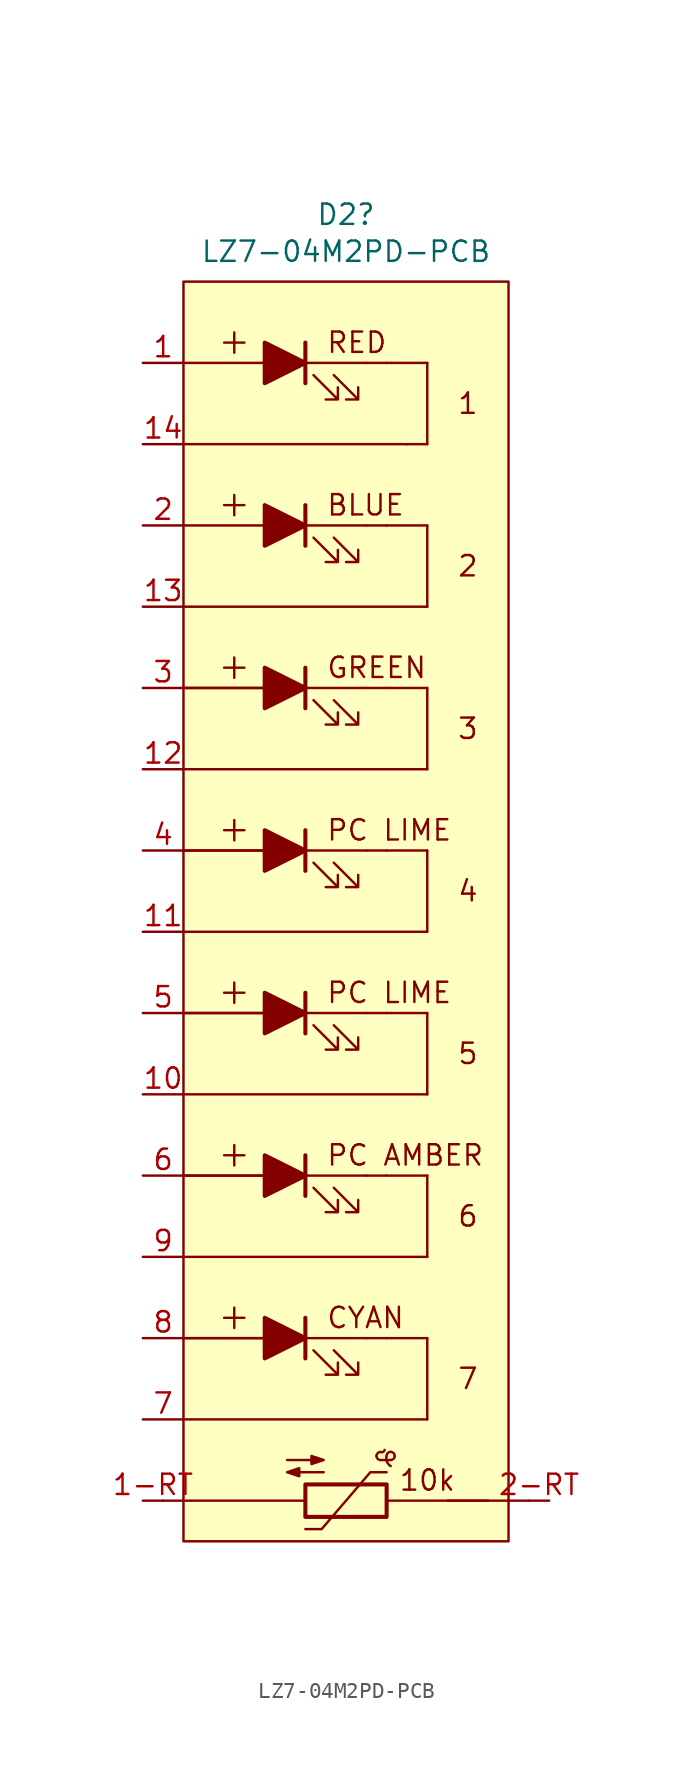
<source format=kicad_sym>
(kicad_symbol_lib
  (version 20211014)
  (generator kicad_symbol_editor)
  (symbol "LZ7-04M2PD-PCB"
    (pin_names
      (offset 1.016) hide)
    (property "Reference" "D2"
      (at 0 42.291 0)
      (effects (font (size 1.27 1.27))))
    (property "Value" "LZ7-04M2PD-PCB"
      (at 0 39.98 0)
      (effects (font (size 1.27 1.27))))
    (symbol "LZ7-04M2PD-PCB_0_0"
      (rectangle (start 1.27 33.02) (end -2.54 33.02) (stroke (width 0) (type default) (color 0 0 0 0)) (fill (type none)))
      (text "1" (at 7.62 30.48 0) (effects (font (size 1.27 1.27))))
      (text "10k" (at 5.08 -36.83 0) (effects (font (size 1.27 1.27))))
      (text "2" (at 7.62 20.32 0) (effects (font (size 1.27 1.27))))
      (text "3" (at 7.62 10.16 0) (effects (font (size 1.27 1.27))))
      (text "4" (at 7.62 0 0) (effects (font (size 1.27 1.27))))
      (text "5" (at 7.62 -10.16 0) (effects (font (size 1.27 1.27))))
      (text "6" (at 7.62 -20.32 0) (effects (font (size 1.27 1.27))))
      (text "7" (at 7.62 -30.48 0) (effects (font (size 1.27 1.27)))))
    (symbol "LZ7-04M2PD-PCB_0_1"
      (rectangle (start -11.43 -38.1) (end -2.54 -38.1) (stroke (width 0) (type default) (color 0 0 0 0)) (fill (type none)))
      (rectangle (start -10.16 27.94) (end 3.81 27.94) (stroke (width 0) (type default) (color 0 0 0 0)) (fill (type none)))
      (rectangle (start -7.62 34.29) (end -6.35 34.29) (stroke (width 0) (type default) (color 0 0 0 0)) (fill (type none)))
      (rectangle (start -6.985 33.655) (end -6.985 34.925) (stroke (width 0) (type default) (color 0 0 0 0)) (fill (type none)))
      (polyline (pts (xy -2.54 31.75) (xy -2.54 34.29)) (stroke (width 0.254) (type default) (color 0 0 0 0)) (fill (type none)))
      (polyline (pts (xy -2.54 33.02) (xy -5.08 33.02)) (stroke (width 0) (type default) (color 0 0 0 0)) (fill (type none)))
      (polyline (pts (xy -5.08 31.75) (xy -5.08 34.29) (xy -2.54 33.02) (xy -5.08 31.75)) (stroke (width 0.254) (type default) (color 0 0 0 0)) (fill (type outline)))
      (polyline (pts (xy -2.032 32.258) (xy -0.508 30.734) (xy -1.27 30.734) (xy -0.508 30.734) (xy -0.508 31.496)) (stroke (width 0) (type default) (color 0 0 0 0)) (fill (type none)))
      (polyline (pts (xy -0.762 32.258) (xy 0.762 30.734) (xy 0 30.734) (xy 0.762 30.734) (xy 0.762 31.496)) (stroke (width 0) (type default) (color 0 0 0 0)) (fill (type none)))
      (rectangle (start 1.27 -27.94) (end 2.54 -27.94) (stroke (width 0) (type default) (color 0 0 0 0)) (fill (type none)))
      (rectangle (start 1.27 -7.62) (end 2.54 -7.62) (stroke (width 0) (type default) (color 0 0 0 0)) (fill (type none)))
      (rectangle (start 1.27 12.7) (end 2.54 12.7) (stroke (width 0) (type default) (color 0 0 0 0)) (fill (type none)))
      (rectangle (start 1.27 33.02) (end 2.54 33.02) (stroke (width 0) (type default) (color 0 0 0 0)) (fill (type none)))
      (rectangle (start 2.54 -38.1) (end 8.89 -38.1) (stroke (width 0) (type default) (color 0 0 0 0)) (fill (type none)))
      (rectangle (start 2.54 -17.78) (end 1.27 -17.78) (stroke (width 0) (type default) (color 0 0 0 0)) (fill (type none)))
      (rectangle (start 2.54 2.54) (end 1.27 2.54) (stroke (width 0) (type default) (color 0 0 0 0)) (fill (type none)))
      (rectangle (start 2.54 22.86) (end 1.27 22.86) (stroke (width 0) (type default) (color 0 0 0 0)) (fill (type none)))
      (rectangle (start 2.54 33.02) (end 5.08 33.02) (stroke (width 0) (type default) (color 0 0 0 0)) (fill (type none)))
      (rectangle (start 3.81 27.94) (end 5.08 27.94) (stroke (width 0) (type default) (color 0 0 0 0)) (fill (type none)))
      (rectangle (start 5.08 33.02) (end 5.08 27.94) (stroke (width 0) (type default) (color 0 0 0 0)) (fill (type none)))
      (rectangle (start 10.16 38.1) (end -10.16 -40.64) (stroke (width 0) (type default) (color 0 0 0 0)) (fill (type background)))
      (rectangle (start 11.43 -38.1) (end 6.35 -38.1) (stroke (width 0) (type default) (color 0 0 0 0)) (fill (type none))))
    (symbol "LZ7-04M2PD-PCB_1_1"
      (rectangle (start -10.16 -33.02) (end 5.08 -33.02) (stroke (width 0) (type default) (color 0 0 0 0)) (fill (type none)))
      (rectangle (start -10.16 -27.94) (end -5.08 -27.94) (stroke (width 0) (type default) (color 0 0 0 0)) (fill (type none)))
      (rectangle (start -10.16 -27.94) (end -3.81 -27.94) (stroke (width 0) (type default) (color 0 0 0 0)) (fill (type none)))
      (rectangle (start -10.16 -22.86) (end 5.08 -22.86) (stroke (width 0) (type default) (color 0 0 0 0)) (fill (type none)))
      (rectangle (start -10.16 -17.78) (end -5.08 -17.78) (stroke (width 0) (type default) (color 0 0 0 0)) (fill (type none)))
      (rectangle (start -10.16 -17.78) (end -5.08 -17.78) (stroke (width 0) (type default) (color 0 0 0 0)) (fill (type none)))
      (rectangle (start -10.16 -12.7) (end 5.08 -12.7) (stroke (width 0) (type default) (color 0 0 0 0)) (fill (type none)))
      (rectangle (start -10.16 -7.62) (end -5.08 -7.62) (stroke (width 0) (type default) (color 0 0 0 0)) (fill (type none)))
      (rectangle (start -10.16 -2.54) (end 5.08 -2.54) (stroke (width 0) (type default) (color 0 0 0 0)) (fill (type none)))
      (rectangle (start -10.16 2.54) (end -5.08 2.54) (stroke (width 0) (type default) (color 0 0 0 0)) (fill (type none)))
      (rectangle (start -10.16 2.54) (end -5.08 2.54) (stroke (width 0) (type default) (color 0 0 0 0)) (fill (type none)))
      (rectangle (start -10.16 7.62) (end 5.08 7.62) (stroke (width 0) (type default) (color 0 0 0 0)) (fill (type none)))
      (rectangle (start -10.16 12.7) (end -5.08 12.7) (stroke (width 0) (type default) (color 0 0 0 0)) (fill (type none)))
      (rectangle (start -10.16 12.7) (end -5.08 12.7) (stroke (width 0) (type default) (color 0 0 0 0)) (fill (type none)))
      (rectangle (start -10.16 17.78) (end 5.08 17.78) (stroke (width 0) (type default) (color 0 0 0 0)) (fill (type none)))
      (rectangle (start -10.16 22.86) (end -5.08 22.86) (stroke (width 0) (type default) (color 0 0 0 0)) (fill (type none)))
      (rectangle (start -10.16 33.02) (end -5.08 33.02) (stroke (width 0) (type default) (color 0 0 0 0)) (fill (type none)))
      (rectangle (start -7.62 -26.67) (end -6.35 -26.67) (stroke (width 0) (type default) (color 0 0 0 0)) (fill (type none)))
      (rectangle (start -7.62 -16.51) (end -6.35 -16.51) (stroke (width 0) (type default) (color 0 0 0 0)) (fill (type none)))
      (rectangle (start -7.62 -6.35) (end -6.35 -6.35) (stroke (width 0) (type default) (color 0 0 0 0)) (fill (type none)))
      (rectangle (start -7.62 3.81) (end -6.35 3.81) (stroke (width 0) (type default) (color 0 0 0 0)) (fill (type none)))
      (rectangle (start -7.62 13.97) (end -6.35 13.97) (stroke (width 0) (type default) (color 0 0 0 0)) (fill (type none)))
      (rectangle (start -7.62 24.13) (end -6.35 24.13) (stroke (width 0) (type default) (color 0 0 0 0)) (fill (type none)))
      (rectangle (start -6.985 -27.305) (end -6.985 -26.035) (stroke (width 0) (type default) (color 0 0 0 0)) (fill (type none)))
      (rectangle (start -6.985 -17.145) (end -6.985 -15.875) (stroke (width 0) (type default) (color 0 0 0 0)) (fill (type none)))
      (rectangle (start -6.985 -6.985) (end -6.985 -5.715) (stroke (width 0) (type default) (color 0 0 0 0)) (fill (type none)))
      (rectangle (start -6.985 3.175) (end -6.985 4.445) (stroke (width 0) (type default) (color 0 0 0 0)) (fill (type none)))
      (rectangle (start -6.985 13.335) (end -6.985 14.605) (stroke (width 0) (type default) (color 0 0 0 0)) (fill (type none)))
      (rectangle (start -6.985 23.495) (end -6.985 24.765) (stroke (width 0) (type default) (color 0 0 0 0)) (fill (type none)))
      (rectangle (start -5.08 -7.62) (end -10.16 -7.62) (stroke (width 0) (type default) (color 0 0 0 0)) (fill (type none)))
      (polyline (pts (xy -2.54 -29.21) (xy -2.54 -26.67)) (stroke (width 0.254) (type default) (color 0 0 0 0)) (fill (type none)))
      (polyline (pts (xy -2.54 -27.94) (xy -5.08 -27.94)) (stroke (width 0) (type default) (color 0 0 0 0)) (fill (type none)))
      (polyline (pts (xy -2.54 -19.05) (xy -2.54 -16.51)) (stroke (width 0.254) (type default) (color 0 0 0 0)) (fill (type none)))
      (polyline (pts (xy -2.54 -17.78) (xy -5.08 -17.78)) (stroke (width 0) (type default) (color 0 0 0 0)) (fill (type none)))
      (polyline (pts (xy -2.54 -8.89) (xy -2.54 -6.35)) (stroke (width 0.254) (type default) (color 0 0 0 0)) (fill (type none)))
      (polyline (pts (xy -2.54 -7.62) (xy -5.08 -7.62)) (stroke (width 0) (type default) (color 0 0 0 0)) (fill (type none)))
      (polyline (pts (xy -2.54 1.27) (xy -2.54 3.81)) (stroke (width 0.254) (type default) (color 0 0 0 0)) (fill (type none)))
      (polyline (pts (xy -2.54 2.54) (xy -5.08 2.54)) (stroke (width 0) (type default) (color 0 0 0 0)) (fill (type none)))
      (polyline (pts (xy -2.54 11.43) (xy -2.54 13.97)) (stroke (width 0.254) (type default) (color 0 0 0 0)) (fill (type none)))
      (polyline (pts (xy -2.54 12.7) (xy -5.08 12.7)) (stroke (width 0) (type default) (color 0 0 0 0)) (fill (type none)))
      (polyline (pts (xy -2.54 21.59) (xy -2.54 24.13)) (stroke (width 0.254) (type default) (color 0 0 0 0)) (fill (type none)))
      (polyline (pts (xy -2.54 22.86) (xy -5.08 22.86)) (stroke (width 0) (type default) (color 0 0 0 0)) (fill (type none)))
      (polyline (pts (xy 2.159 -35.56) (xy 2.794 -35.56)) (stroke (width 0) (type default) (color 0 0 0 0)) (fill (type none)))
      (polyline (pts (xy -5.08 -29.21) (xy -5.08 -26.67) (xy -2.54 -27.94) (xy -5.08 -29.21)) (stroke (width 0.254) (type default) (color 0 0 0 0)) (fill (type outline)))
      (polyline (pts (xy -5.08 -19.05) (xy -5.08 -16.51) (xy -2.54 -17.78) (xy -5.08 -19.05)) (stroke (width 0.254) (type default) (color 0 0 0 0)) (fill (type outline)))
      (polyline (pts (xy -5.08 -8.89) (xy -5.08 -6.35) (xy -2.54 -7.62) (xy -5.08 -8.89)) (stroke (width 0.254) (type default) (color 0 0 0 0)) (fill (type outline)))
      (polyline (pts (xy -5.08 1.27) (xy -5.08 3.81) (xy -2.54 2.54) (xy -5.08 1.27)) (stroke (width 0.254) (type default) (color 0 0 0 0)) (fill (type outline)))
      (polyline (pts (xy -5.08 11.43) (xy -5.08 13.97) (xy -2.54 12.7) (xy -5.08 11.43)) (stroke (width 0.254) (type default) (color 0 0 0 0)) (fill (type outline)))
      (polyline (pts (xy -5.08 21.59) (xy -5.08 24.13) (xy -2.54 22.86) (xy -5.08 21.59)) (stroke (width 0.254) (type default) (color 0 0 0 0)) (fill (type outline)))
      (polyline (pts (xy 2.54 -36.322) (xy 1.524 -36.322) (xy -1.524 -39.878) (xy -2.54 -39.878)) (stroke (width 0) (type default) (color 0 0 0 0)) (fill (type none)))
      (polyline (pts (xy -2.032 -28.702) (xy -0.508 -30.226) (xy -1.27 -30.226) (xy -0.508 -30.226) (xy -0.508 -29.464)) (stroke (width 0) (type default) (color 0 0 0 0)) (fill (type none)))
      (polyline (pts (xy -2.032 -18.542) (xy -0.508 -20.066) (xy -1.27 -20.066) (xy -0.508 -20.066) (xy -0.508 -19.304)) (stroke (width 0) (type default) (color 0 0 0 0)) (fill (type none)))
      (polyline (pts (xy -2.032 -8.382) (xy -0.508 -9.906) (xy -1.27 -9.906) (xy -0.508 -9.906) (xy -0.508 -9.144)) (stroke (width 0) (type default) (color 0 0 0 0)) (fill (type none)))
      (polyline (pts (xy -2.032 1.778) (xy -0.508 0.254) (xy -1.27 0.254) (xy -0.508 0.254) (xy -0.508 1.016)) (stroke (width 0) (type default) (color 0 0 0 0)) (fill (type none)))
      (polyline (pts (xy -2.032 11.938) (xy -0.508 10.414) (xy -1.27 10.414) (xy -0.508 10.414) (xy -0.508 11.176)) (stroke (width 0) (type default) (color 0 0 0 0)) (fill (type none)))
      (polyline (pts (xy -2.032 22.098) (xy -0.508 20.574) (xy -1.27 20.574) (xy -0.508 20.574) (xy -0.508 21.336)) (stroke (width 0) (type default) (color 0 0 0 0)) (fill (type none)))
      (polyline (pts (xy -0.762 -28.702) (xy 0.762 -30.226) (xy 0 -30.226) (xy 0.762 -30.226) (xy 0.762 -29.464)) (stroke (width 0) (type default) (color 0 0 0 0)) (fill (type none)))
      (polyline (pts (xy -0.762 -18.542) (xy 0.762 -20.066) (xy 0 -20.066) (xy 0.762 -20.066) (xy 0.762 -19.304)) (stroke (width 0) (type default) (color 0 0 0 0)) (fill (type none)))
      (polyline (pts (xy -0.762 -8.382) (xy 0.762 -9.906) (xy 0 -9.906) (xy 0.762 -9.906) (xy 0.762 -9.144)) (stroke (width 0) (type default) (color 0 0 0 0)) (fill (type none)))
      (polyline (pts (xy -0.762 1.778) (xy 0.762 0.254) (xy 0 0.254) (xy 0.762 0.254) (xy 0.762 1.016)) (stroke (width 0) (type default) (color 0 0 0 0)) (fill (type none)))
      (polyline (pts (xy -0.762 11.938) (xy 0.762 10.414) (xy 0 10.414) (xy 0.762 10.414) (xy 0.762 11.176)) (stroke (width 0) (type default) (color 0 0 0 0)) (fill (type none)))
      (polyline (pts (xy -0.762 22.098) (xy 0.762 20.574) (xy 0 20.574) (xy 0.762 20.574) (xy 0.762 21.336)) (stroke (width 0) (type default) (color 0 0 0 0)) (fill (type none)))
      (polyline (pts (xy -3.683 -35.56) (xy -1.397 -35.56) (xy -2.159 -35.306) (xy -2.159 -35.814) (xy -1.397 -35.56) (xy -1.651 -35.56)) (stroke (width 0) (type default) (color 0 0 0 0)) (fill (type outline)))
      (polyline (pts (xy -1.397 -36.322) (xy -3.683 -36.322) (xy -2.921 -36.068) (xy -2.921 -36.576) (xy -3.683 -36.322) (xy -3.429 -36.322)) (stroke (width 0) (type default) (color 0 0 0 0)) (fill (type outline)))
      (rectangle (start 1.27 -27.94) (end -2.54 -27.94) (stroke (width 0) (type default) (color 0 0 0 0)) (fill (type none)))
      (rectangle (start 1.27 -17.78) (end -2.54 -17.78) (stroke (width 0) (type default) (color 0 0 0 0)) (fill (type none)))
      (rectangle (start 1.27 -7.62) (end -2.54 -7.62) (stroke (width 0) (type default) (color 0 0 0 0)) (fill (type none)))
      (rectangle (start 1.27 2.54) (end -2.54 2.54) (stroke (width 0) (type default) (color 0 0 0 0)) (fill (type none)))
      (rectangle (start 1.27 12.7) (end -2.54 12.7) (stroke (width 0) (type default) (color 0 0 0 0)) (fill (type none)))
      (rectangle (start 1.27 22.86) (end -2.54 22.86) (stroke (width 0) (type default) (color 0 0 0 0)) (fill (type none)))
      (arc (start 1.905 -35.306) (mid 1.9794 -35.4856) (end 2.159 -35.56) (stroke (width 0) (type default) (color 0 0 0 0)) (fill (type none)))
      (arc (start 2.159 -35.052) (mid 1.9794 -35.1264) (end 1.905 -35.306) (stroke (width 0) (type default) (color 0 0 0 0)) (fill (type none)))
      (arc (start 2.159 -35.052) (mid 2.3165 -35.0495) (end 2.413 -34.925) (stroke (width 0) (type default) (color 0 0 0 0)) (fill (type none)))
      (rectangle (start 2.54 -37.084) (end -2.54 -39.116) (stroke (width 0.254) (type default) (color 0 0 0 0)) (fill (type none)))
      (arc (start 2.54 -35.306) (mid 2.5608 -35.666) (end 2.794 -35.941) (stroke (width 0) (type default) (color 0 0 0 0)) (fill (type none)))
      (rectangle (start 2.54 -27.94) (end 5.08 -27.94) (stroke (width 0) (type default) (color 0 0 0 0)) (fill (type none)))
      (rectangle (start 2.54 -17.78) (end 5.08 -17.78) (stroke (width 0) (type default) (color 0 0 0 0)) (fill (type none)))
      (rectangle (start 2.54 -7.62) (end 5.08 -7.62) (stroke (width 0) (type default) (color 0 0 0 0)) (fill (type none)))
      (rectangle (start 2.54 2.54) (end 5.08 2.54) (stroke (width 0) (type default) (color 0 0 0 0)) (fill (type none)))
      (rectangle (start 2.54 12.7) (end 5.08 12.7) (stroke (width 0) (type default) (color 0 0 0 0)) (fill (type none)))
      (rectangle (start 2.54 22.86) (end 5.08 22.86) (stroke (width 0) (type default) (color 0 0 0 0)) (fill (type none)))
      (arc (start 2.794 -35.56) (mid 2.9736 -35.4856) (end 3.048 -35.306) (stroke (width 0) (type default) (color 0 0 0 0)) (fill (type none)))
      (arc (start 2.794 -35.052) (mid 2.6144 -35.1264) (end 2.54 -35.306) (stroke (width 0) (type default) (color 0 0 0 0)) (fill (type none)))
      (arc (start 3.048 -35.306) (mid 2.9736 -35.1264) (end 2.794 -35.052) (stroke (width 0) (type default) (color 0 0 0 0)) (fill (type none)))
      (rectangle (start 5.08 -27.94) (end 5.08 -33.02) (stroke (width 0) (type default) (color 0 0 0 0)) (fill (type none)))
      (rectangle (start 5.08 -17.78) (end 5.08 -22.86) (stroke (width 0) (type default) (color 0 0 0 0)) (fill (type none)))
      (rectangle (start 5.08 -7.62) (end 5.08 -12.7) (stroke (width 0) (type default) (color 0 0 0 0)) (fill (type none)))
      (rectangle (start 5.08 2.54) (end 5.08 -2.54) (stroke (width 0) (type default) (color 0 0 0 0)) (fill (type none)))
      (rectangle (start 5.08 12.7) (end 5.08 7.62) (stroke (width 0) (type default) (color 0 0 0 0)) (fill (type none)))
      (rectangle (start 5.08 22.86) (end 5.08 17.78) (stroke (width 0) (type default) (color 0 0 0 0)) (fill (type none)))
      (text "BLUE" (at -1.27 24.13 0) (effects (font (size 1.27 1.27)) (justify left)))
      (text "CYAN" (at -1.27 -26.67 0) (effects (font (size 1.27 1.27)) (justify left)))
      (text "GREEN" (at -1.27 13.97 0) (effects (font (size 1.27 1.27)) (justify left)))
      (text "PC AMBER" (at -1.27 -16.51 0) (effects (font (size 1.27 1.27)) (justify left)))
      (text "PC LIME" (at -1.27 -6.35 0) (effects (font (size 1.27 1.27)) (justify left)))
      (text "PC LIME" (at -1.27 3.81 0) (effects (font (size 1.27 1.27)) (justify left)))
      (text "RED" (at -1.27 34.29 0) (effects (font (size 1.27 1.27)) (justify left)))
      (pin passive line (at -12.7 33.02 0) (length 2.54) (name "R-A" (effects (font (size 1.27 1.27)))) (number "1" (effects (font (size 1.27 1.27)))))
      (pin passive line (at -12.7 -38.1 0) (length 1.27) (name "~" (effects (font (size 1.27 1.27)))) (number "1-RT" (effects (font (size 1.27 1.27)))))
      (pin passive line (at -12.7 -12.7 0) (length 2.54) (name "L-C" (effects (font (size 1.27 1.27)))) (number "10" (effects (font (size 1.27 1.27)))))
      (pin passive line (at -12.7 -2.54 0) (length 2.54) (name "L-C" (effects (font (size 1.27 1.27)))) (number "11" (effects (font (size 1.27 1.27)))))
      (pin passive line (at -12.7 7.62 0) (length 2.54) (name "G-C" (effects (font (size 1.27 1.27)))) (number "12" (effects (font (size 1.27 1.27)))))
      (pin passive line (at -12.7 17.78 0) (length 2.54) (name "B-C" (effects (font (size 1.27 1.27)))) (number "13" (effects (font (size 1.27 1.27)))))
      (pin passive line (at -12.7 27.94 0) (length 2.54) (name "R-C" (effects (font (size 1.27 1.27)))) (number "14" (effects (font (size 1.27 1.27)))))
      (pin passive line (at -12.7 22.86 0) (length 2.54) (name "B-A" (effects (font (size 1.27 1.27)))) (number "2" (effects (font (size 1.27 1.27)))))
      (pin passive line (at 12.7 -38.1 180) (length 1.27) (name "~" (effects (font (size 1.27 1.27)))) (number "2-RT" (effects (font (size 1.27 1.27)))))
      (pin passive line (at -12.7 12.7 0) (length 2.54) (name "G-A" (effects (font (size 1.27 1.27)))) (number "3" (effects (font (size 1.27 1.27)))))
      (pin passive line (at -12.7 2.54 0) (length 2.54) (name "L-A" (effects (font (size 1.27 1.27)))) (number "4" (effects (font (size 1.27 1.27)))))
      (pin passive line (at -12.7 -7.62 0) (length 2.54) (name "L-A" (effects (font (size 1.27 1.27)))) (number "5" (effects (font (size 1.27 1.27)))))
      (pin passive line (at -12.7 -17.78 0) (length 2.54) (name "A-A" (effects (font (size 1.27 1.27)))) (number "6" (effects (font (size 1.27 1.27)))))
      (pin passive line (at -12.7 -33.02 0) (length 2.54) (name "C-C" (effects (font (size 1.27 1.27)))) (number "7" (effects (font (size 1.27 1.27)))))
      (pin passive line (at -12.7 -27.94 0) (length 2.54) (name "C-A" (effects (font (size 1.27 1.27)))) (number "8" (effects (font (size 1.27 1.27)))))
      (pin passive line (at -12.7 -22.86 0) (length 2.54) (name "A-C" (effects (font (size 1.27 1.27)))) (number "9" (effects (font (size 1.27 1.27))))))))
</source>
